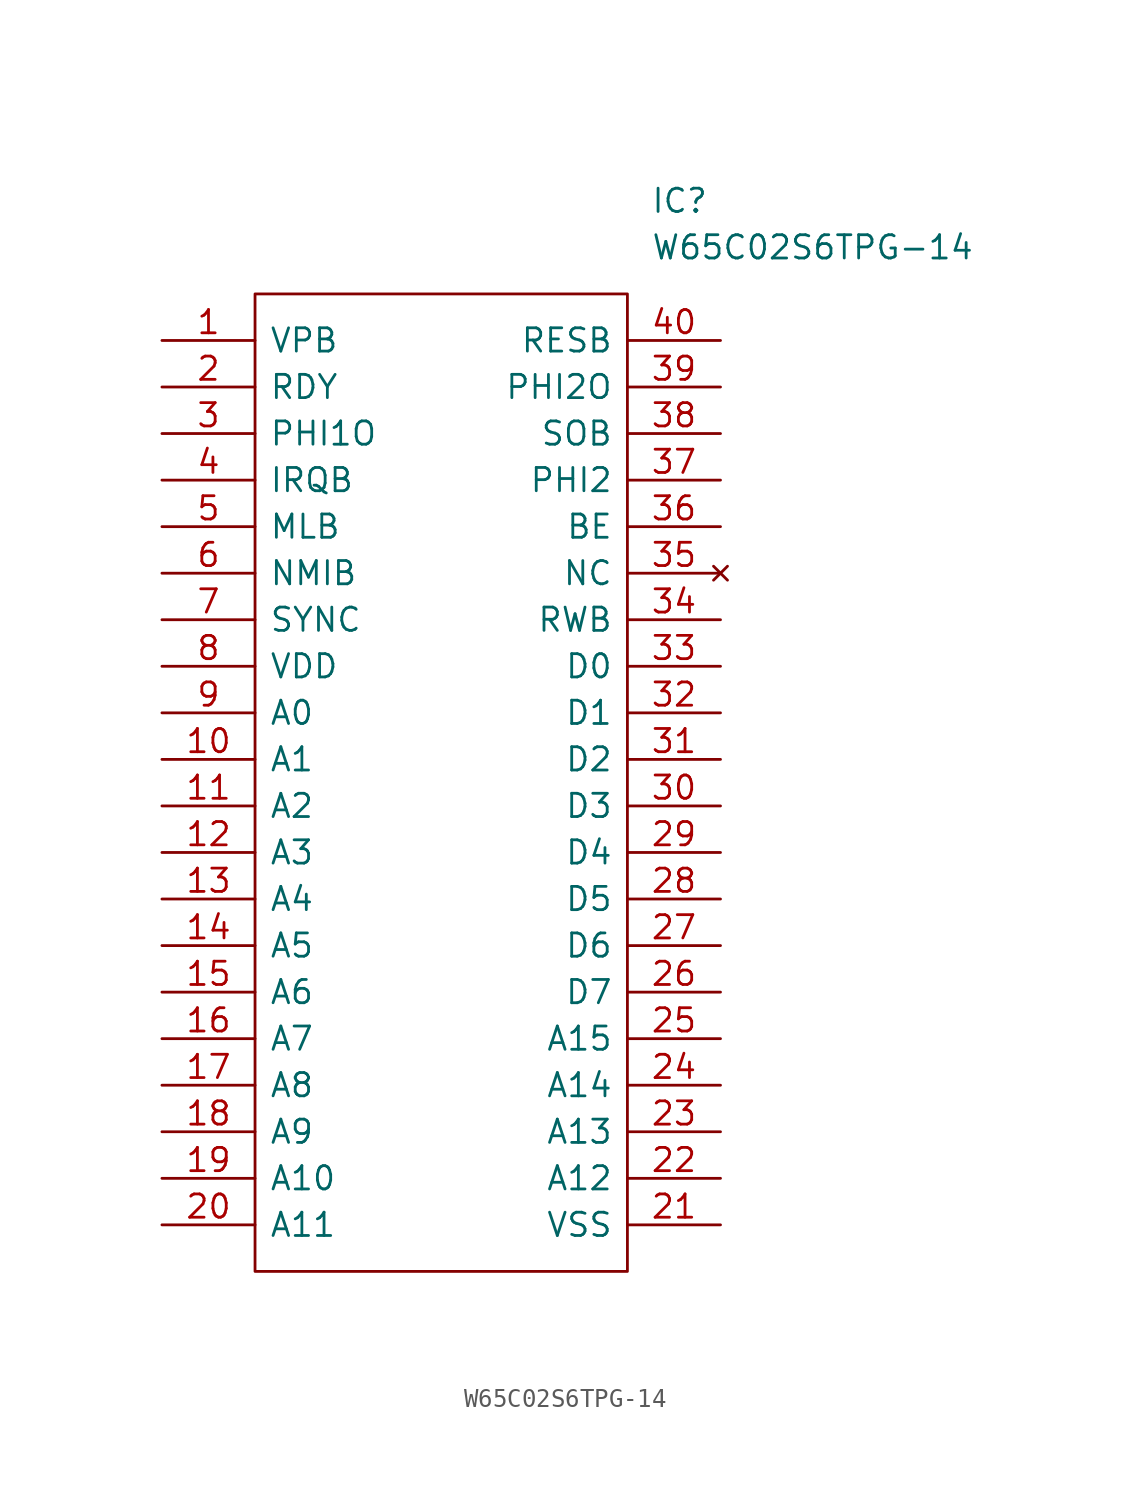
<source format=kicad_sym>
(kicad_symbol_lib
  (version 20211014)
  (generator kicad_symbol_editor)
  (symbol "W65C02S6TPG-14"
    (pin_names
      (offset 0.762))
    (property "Reference" "IC"
      (at 26.67 7.62 0)
      (effects (font (size 1.27 1.27)) (justify left)))
    (property "Value" "W65C02S6TPG-14"
      (at 26.67 5.08 0)
      (effects (font (size 1.27 1.27)) (justify left)))
    (symbol "W65C02S6TPG-14_0_0"
      (pin passive line (at 0 0 0) (length 5.08) (name "VPB" (effects (font (size 1.27 1.27)))) (number "1" (effects (font (size 1.27 1.27)))))
      (pin output line (at 0 -22.86 0) (length 5.08) (name "A1" (effects (font (size 1.27 1.27)))) (number "10" (effects (font (size 1.27 1.27)))))
      (pin output line (at 0 -25.4 0) (length 5.08) (name "A2" (effects (font (size 1.27 1.27)))) (number "11" (effects (font (size 1.27 1.27)))))
      (pin output line (at 0 -27.94 0) (length 5.08) (name "A3" (effects (font (size 1.27 1.27)))) (number "12" (effects (font (size 1.27 1.27)))))
      (pin output line (at 0 -30.48 0) (length 5.08) (name "A4" (effects (font (size 1.27 1.27)))) (number "13" (effects (font (size 1.27 1.27)))))
      (pin output line (at 0 -33.02 0) (length 5.08) (name "A5" (effects (font (size 1.27 1.27)))) (number "14" (effects (font (size 1.27 1.27)))))
      (pin output line (at 0 -35.56 0) (length 5.08) (name "A6" (effects (font (size 1.27 1.27)))) (number "15" (effects (font (size 1.27 1.27)))))
      (pin output line (at 0 -38.1 0) (length 5.08) (name "A7" (effects (font (size 1.27 1.27)))) (number "16" (effects (font (size 1.27 1.27)))))
      (pin output line (at 0 -40.64 0) (length 5.08) (name "A8" (effects (font (size 1.27 1.27)))) (number "17" (effects (font (size 1.27 1.27)))))
      (pin output line (at 0 -43.18 0) (length 5.08) (name "A9" (effects (font (size 1.27 1.27)))) (number "18" (effects (font (size 1.27 1.27)))))
      (pin output line (at 0 -45.72 0) (length 5.08) (name "A10" (effects (font (size 1.27 1.27)))) (number "19" (effects (font (size 1.27 1.27)))))
      (pin passive line (at 0 -2.54 0) (length 5.08) (name "RDY" (effects (font (size 1.27 1.27)))) (number "2" (effects (font (size 1.27 1.27)))))
      (pin output line (at 0 -48.26 0) (length 5.08) (name "A11" (effects (font (size 1.27 1.27)))) (number "20" (effects (font (size 1.27 1.27)))))
      (pin power_in line (at 30.48 -48.26 180) (length 5.08) (name "VSS" (effects (font (size 1.27 1.27)))) (number "21" (effects (font (size 1.27 1.27)))))
      (pin output line (at 30.48 -45.72 180) (length 5.08) (name "A12" (effects (font (size 1.27 1.27)))) (number "22" (effects (font (size 1.27 1.27)))))
      (pin output line (at 30.48 -43.18 180) (length 5.08) (name "A13" (effects (font (size 1.27 1.27)))) (number "23" (effects (font (size 1.27 1.27)))))
      (pin output line (at 30.48 -40.64 180) (length 5.08) (name "A14" (effects (font (size 1.27 1.27)))) (number "24" (effects (font (size 1.27 1.27)))))
      (pin output line (at 30.48 -38.1 180) (length 5.08) (name "A15" (effects (font (size 1.27 1.27)))) (number "25" (effects (font (size 1.27 1.27)))))
      (pin output line (at 30.48 -35.56 180) (length 5.08) (name "D7" (effects (font (size 1.27 1.27)))) (number "26" (effects (font (size 1.27 1.27)))))
      (pin output line (at 30.48 -33.02 180) (length 5.08) (name "D6" (effects (font (size 1.27 1.27)))) (number "27" (effects (font (size 1.27 1.27)))))
      (pin output line (at 30.48 -30.48 180) (length 5.08) (name "D5" (effects (font (size 1.27 1.27)))) (number "28" (effects (font (size 1.27 1.27)))))
      (pin output line (at 30.48 -27.94 180) (length 5.08) (name "D4" (effects (font (size 1.27 1.27)))) (number "29" (effects (font (size 1.27 1.27)))))
      (pin passive line (at 0 -5.08 0) (length 5.08) (name "PHI1O" (effects (font (size 1.27 1.27)))) (number "3" (effects (font (size 1.27 1.27)))))
      (pin output line (at 30.48 -25.4 180) (length 5.08) (name "D3" (effects (font (size 1.27 1.27)))) (number "30" (effects (font (size 1.27 1.27)))))
      (pin output line (at 30.48 -22.86 180) (length 5.08) (name "D2" (effects (font (size 1.27 1.27)))) (number "31" (effects (font (size 1.27 1.27)))))
      (pin output line (at 30.48 -20.32 180) (length 5.08) (name "D1" (effects (font (size 1.27 1.27)))) (number "32" (effects (font (size 1.27 1.27)))))
      (pin output line (at 30.48 -17.78 180) (length 5.08) (name "D0" (effects (font (size 1.27 1.27)))) (number "33" (effects (font (size 1.27 1.27)))))
      (pin output line (at 30.48 -15.24 180) (length 5.08) (name "RWB" (effects (font (size 1.27 1.27)))) (number "34" (effects (font (size 1.27 1.27)))))
      (pin no_connect line (at 30.48 -12.7 180) (length 5.08) (name "NC" (effects (font (size 1.27 1.27)))) (number "35" (effects (font (size 1.27 1.27)))))
      (pin passive line (at 30.48 -10.16 180) (length 5.08) (name "BE" (effects (font (size 1.27 1.27)))) (number "36" (effects (font (size 1.27 1.27)))))
      (pin passive line (at 30.48 -7.62 180) (length 5.08) (name "PHI2" (effects (font (size 1.27 1.27)))) (number "37" (effects (font (size 1.27 1.27)))))
      (pin passive line (at 30.48 -5.08 180) (length 5.08) (name "SOB" (effects (font (size 1.27 1.27)))) (number "38" (effects (font (size 1.27 1.27)))))
      (pin passive line (at 30.48 -2.54 180) (length 5.08) (name "PHI2O" (effects (font (size 1.27 1.27)))) (number "39" (effects (font (size 1.27 1.27)))))
      (pin input line (at 0 -7.62 0) (length 5.08) (name "IRQB" (effects (font (size 1.27 1.27)))) (number "4" (effects (font (size 1.27 1.27)))))
      (pin input line (at 30.48 0 180) (length 5.08) (name "RESB" (effects (font (size 1.27 1.27)))) (number "40" (effects (font (size 1.27 1.27)))))
      (pin passive line (at 0 -10.16 0) (length 5.08) (name "MLB" (effects (font (size 1.27 1.27)))) (number "5" (effects (font (size 1.27 1.27)))))
      (pin input line (at 0 -12.7 0) (length 5.08) (name "NMIB" (effects (font (size 1.27 1.27)))) (number "6" (effects (font (size 1.27 1.27)))))
      (pin output line (at 0 -15.24 0) (length 5.08) (name "SYNC" (effects (font (size 1.27 1.27)))) (number "7" (effects (font (size 1.27 1.27)))))
      (pin power_in line (at 0 -17.78 0) (length 5.08) (name "VDD" (effects (font (size 1.27 1.27)))) (number "8" (effects (font (size 1.27 1.27)))))
      (pin output line (at 0 -20.32 0) (length 5.08) (name "A0" (effects (font (size 1.27 1.27)))) (number "9" (effects (font (size 1.27 1.27))))))
    (symbol "W65C02S6TPG-14_0_1"
      (polyline (pts (xy 5.08 2.54) (xy 25.4 2.54) (xy 25.4 -50.8) (xy 5.08 -50.8) (xy 5.08 2.54)) (stroke (width 0.152) (type default) (color 0 0 0 0)) (fill (type none))))))
</source>
